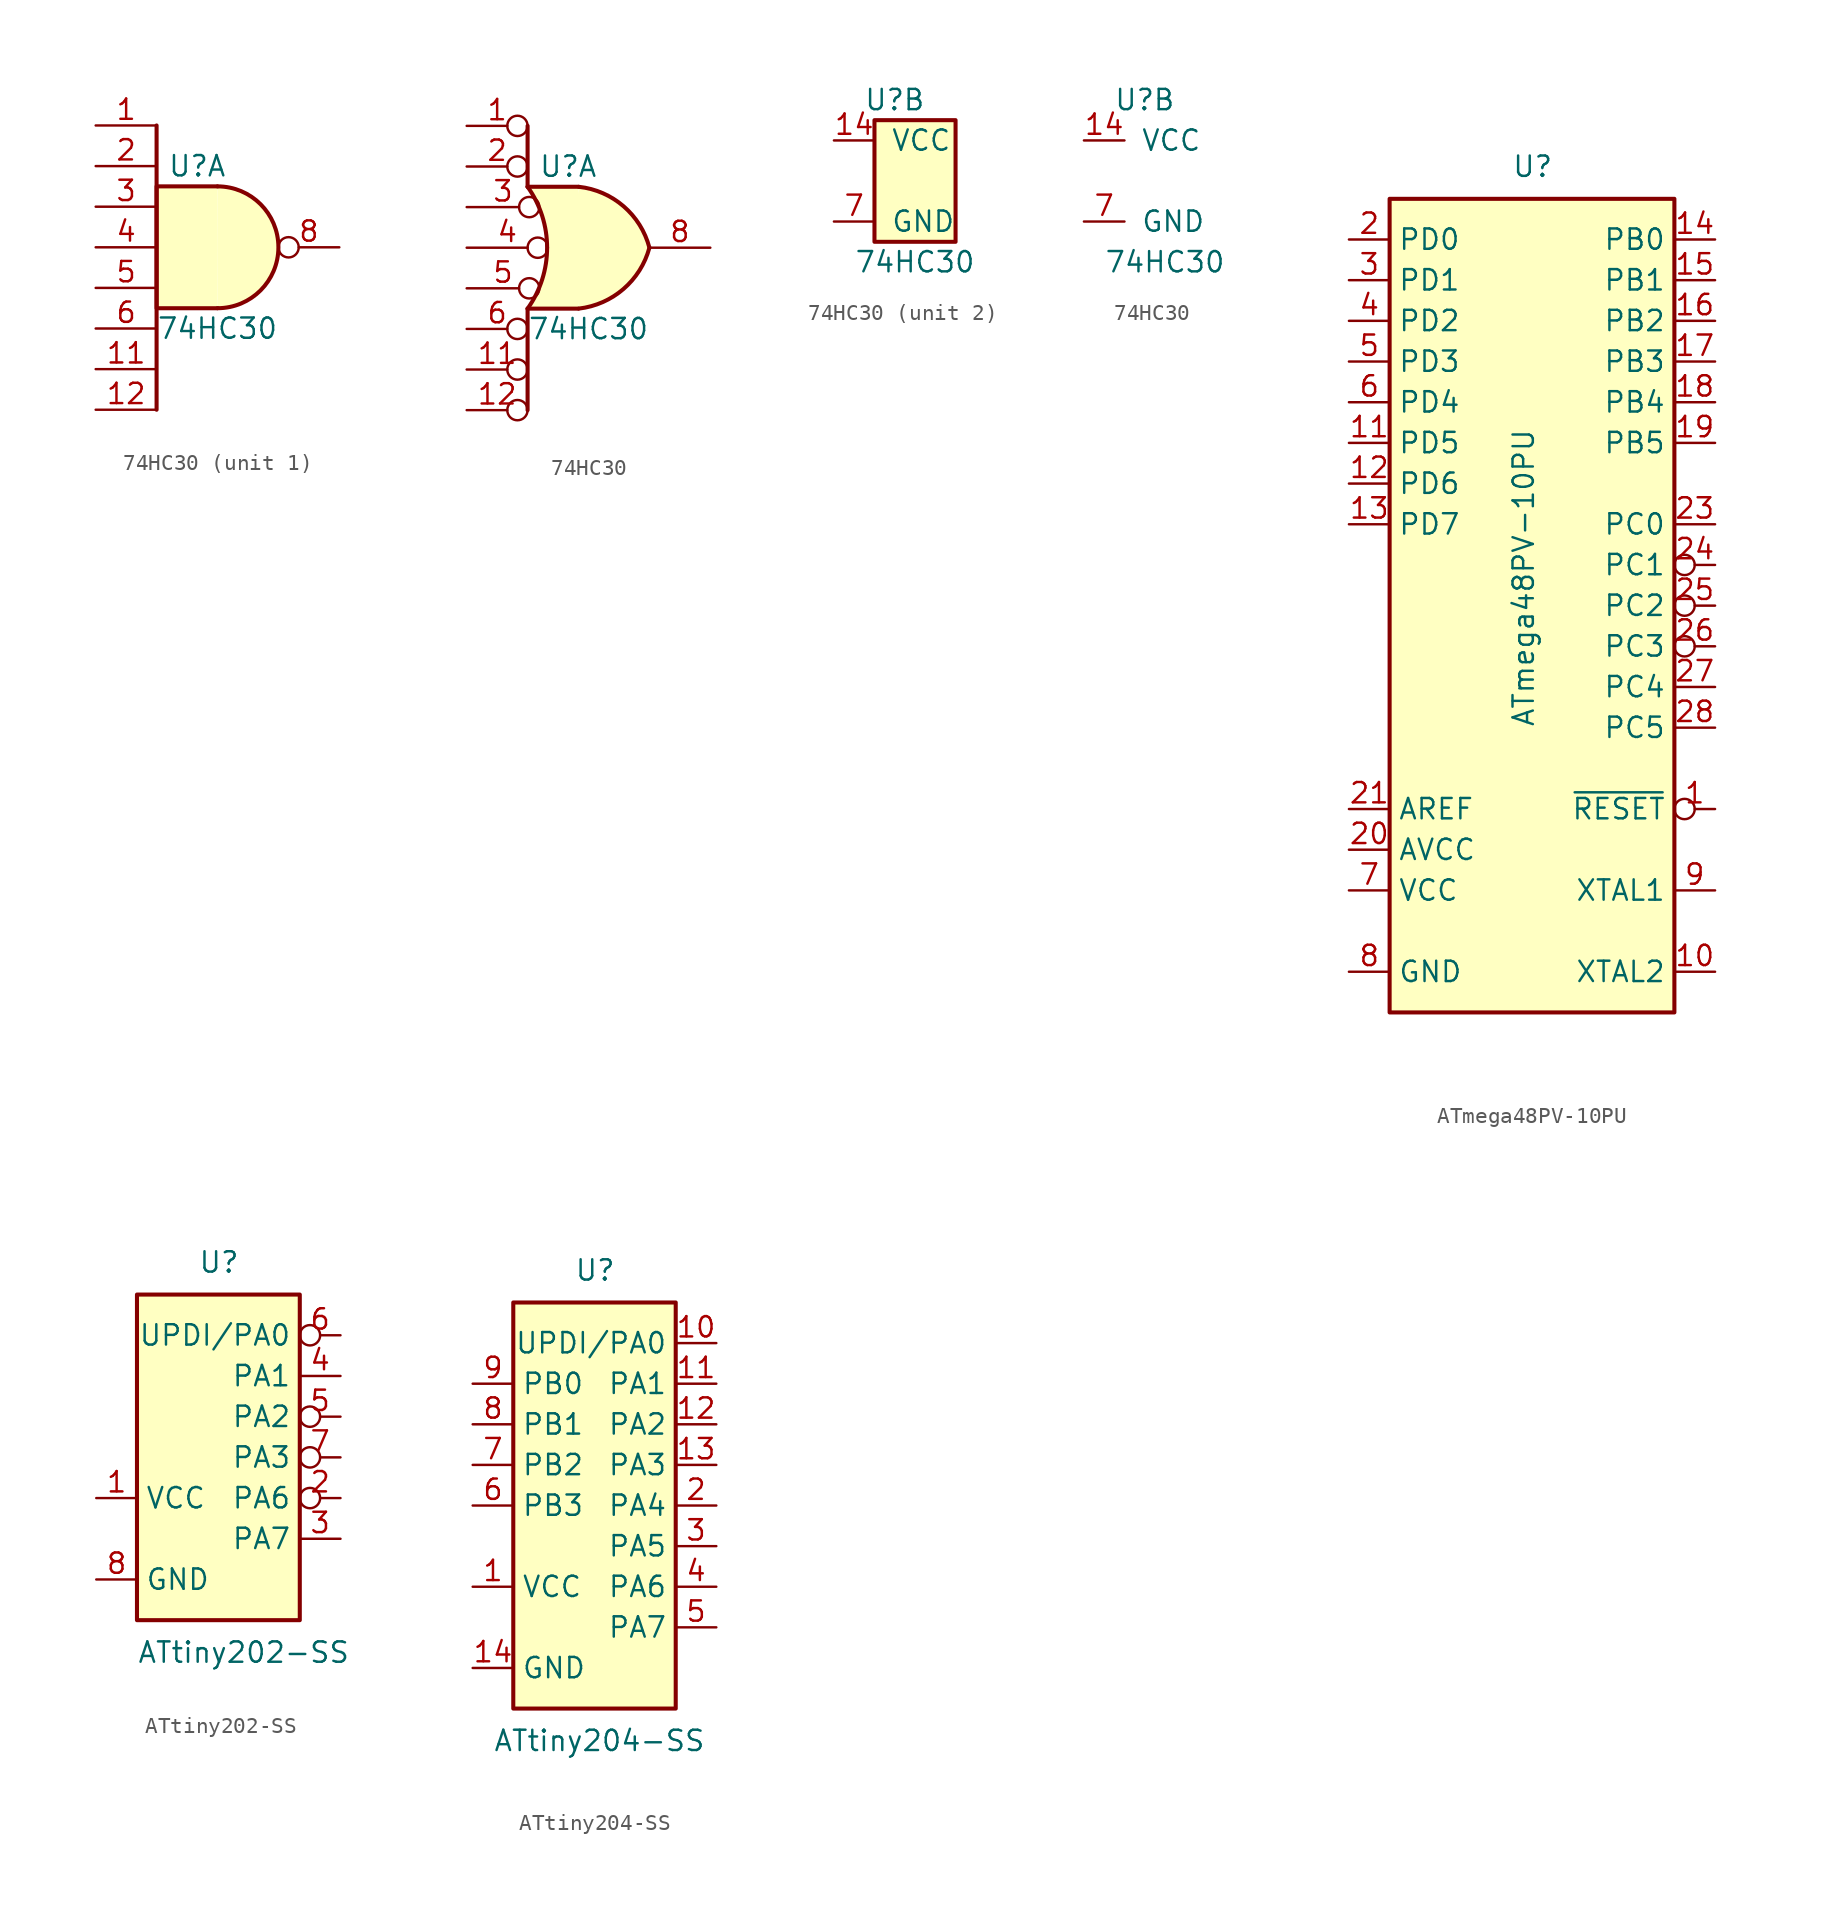
<source format=kicad_sym>
(kicad_symbol_lib
  (version 20211014)
  (generator kicad_symbol_editor)
  (symbol "74HC30"
    (pin_names
      (offset 1.016))
    (property "Reference" "U"
      (at -1.27 5.08 0)
      (effects (font (size 1.27 1.27))))
    (property "Value" "74HC30"
      (at 0 -5.08 0)
      (effects (font (size 1.27 1.27))))
    (property "ki_locked" ""
      (at 0 0 0)
      (effects (font (size 1.27 1.27))))
    (symbol "74HC30_1_1"
      (arc (start 0 -3.81) (mid 3.81 0) (end 0 3.81) (stroke (width 0.254) (type default) (color 0 0 0 0)) (fill (type background)))
      (polyline (pts (xy -3.81 7.62) (xy -3.81 -10.16)) (stroke (width 0.254) (type default) (color 0 0 0 0)) (fill (type none)))
      (polyline (pts (xy 0 3.81) (xy -3.81 3.81) (xy -3.81 -3.81) (xy 0 -3.81)) (stroke (width 0.254) (type default) (color 0 0 0 0)) (fill (type background)))
      (pin input line (at -7.62 7.62 0) (length 3.81) (name "~" (effects (font (size 1.27 1.27)))) (number "1" (effects (font (size 1.27 1.27)))))
      (pin input line (at -7.62 -7.62 0) (length 3.81) (name "~" (effects (font (size 1.27 1.27)))) (number "11" (effects (font (size 1.27 1.27)))))
      (pin input line (at -7.62 -10.16 0) (length 3.81) (name "~" (effects (font (size 1.27 1.27)))) (number "12" (effects (font (size 1.27 1.27)))))
      (pin input line (at -7.62 5.08 0) (length 3.81) (name "~" (effects (font (size 1.27 1.27)))) (number "2" (effects (font (size 1.27 1.27)))))
      (pin input line (at -7.62 2.54 0) (length 3.81) (name "~" (effects (font (size 1.27 1.27)))) (number "3" (effects (font (size 1.27 1.27)))))
      (pin input line (at -7.62 0 0) (length 3.81) (name "~" (effects (font (size 1.27 1.27)))) (number "4" (effects (font (size 1.27 1.27)))))
      (pin input line (at -7.62 -2.54 0) (length 3.81) (name "~" (effects (font (size 1.27 1.27)))) (number "5" (effects (font (size 1.27 1.27)))))
      (pin input line (at -7.62 -5.08 0) (length 3.81) (name "~" (effects (font (size 1.27 1.27)))) (number "6" (effects (font (size 1.27 1.27)))))
      (pin output inverted (at 7.62 0 180) (length 3.81) (name "~" (effects (font (size 1.27 1.27)))) (number "8" (effects (font (size 1.27 1.27))))))
    (symbol "74HC30_1_2"
      (arc (start -3.81 -3.81) (mid -2.589 0) (end -3.81 3.81) (stroke (width 0.254) (type default) (color 0 0 0 0)) (fill (type none)))
      (arc (start -0.6096 -3.81) (mid 2.1842 -2.5851) (end 3.81 0) (stroke (width 0.254) (type default) (color 0 0 0 0)) (fill (type background)))
      (polyline (pts (xy -3.81 -3.81) (xy -3.81 -10.16)) (stroke (width 0.254) (type default) (color 0 0 0 0)) (fill (type none)))
      (polyline (pts (xy -3.81 -3.81) (xy -0.635 -3.81)) (stroke (width 0.254) (type default) (color 0 0 0 0)) (fill (type background)))
      (polyline (pts (xy -3.81 3.81) (xy -0.635 3.81)) (stroke (width 0.254) (type default) (color 0 0 0 0)) (fill (type background)))
      (polyline (pts (xy -3.81 7.62) (xy -3.81 3.81)) (stroke (width 0.254) (type default) (color 0 0 0 0)) (fill (type none)))
      (polyline (pts (xy -0.635 3.81) (xy -3.81 3.81) (xy -3.81 3.81) (xy -3.556 3.404) (xy -3.023 2.261) (xy -2.692 1.041) (xy -2.616 -0.254) (xy -2.769 -1.499) (xy -3.175 -2.718) (xy -3.81 -3.81) (xy -3.81 -3.81) (xy -0.635 -3.81)) (stroke (width -25.4) (type default) (color 0 0 0 0)) (fill (type background)))
      (arc (start 3.81 0) (mid 2.1915 2.5936) (end -0.6096 3.81) (stroke (width 0.254) (type default) (color 0 0 0 0)) (fill (type background)))
      (pin input inverted (at -7.62 7.62 0) (length 3.81) (name "~" (effects (font (size 1.27 1.27)))) (number "1" (effects (font (size 1.27 1.27)))))
      (pin input inverted (at -7.62 -7.62 0) (length 3.81) (name "~" (effects (font (size 1.27 1.27)))) (number "11" (effects (font (size 1.27 1.27)))))
      (pin input inverted (at -7.62 -10.16 0) (length 3.81) (name "~" (effects (font (size 1.27 1.27)))) (number "12" (effects (font (size 1.27 1.27)))))
      (pin input inverted (at -7.62 5.08 0) (length 3.81) (name "~" (effects (font (size 1.27 1.27)))) (number "2" (effects (font (size 1.27 1.27)))))
      (pin input inverted (at -7.62 2.54 0) (length 4.547) (name "~" (effects (font (size 1.27 1.27)))) (number "3" (effects (font (size 1.27 1.27)))))
      (pin input inverted (at -7.62 0 0) (length 5.08) (name "~" (effects (font (size 1.27 1.27)))) (number "4" (effects (font (size 1.27 1.27)))))
      (pin input inverted (at -7.62 -2.54 0) (length 4.547) (name "~" (effects (font (size 1.27 1.27)))) (number "5" (effects (font (size 1.27 1.27)))))
      (pin input inverted (at -7.62 -5.08 0) (length 3.81) (name "~" (effects (font (size 1.27 1.27)))) (number "6" (effects (font (size 1.27 1.27)))))
      (pin output line (at 7.62 0 180) (length 3.81) (name "~" (effects (font (size 1.27 1.27)))) (number "8" (effects (font (size 1.27 1.27))))))
    (symbol "74HC30_2_0"
      (pin power_in line (at -5.08 2.54 0) (length 2.54) (name "VCC" (effects (font (size 1.27 1.27)))) (number "14" (effects (font (size 1.27 1.27)))))
      (pin power_in line (at -5.08 -2.54 0) (length 2.54) (name "GND" (effects (font (size 1.27 1.27)))) (number "7" (effects (font (size 1.27 1.27))))))
    (symbol "74HC30_2_1"
      (rectangle (start -2.54 3.81) (end 2.54 -3.81) (stroke (width 0.254) (type default) (color 0 0 0 0)) (fill (type background)))))
  (symbol "ATmega48PV-10PU"
    (property "Reference" "U"
      (at -1.27 26.67 0)
      (effects (font (size 1.27 1.27)) (justify left bottom)))
    (property "Value" "ATmega48PV-10PU"
      (at -1.27 -7.62 90)
      (effects (font (size 1.27 1.27)) (justify left top)))
    (symbol "ATmega48PV-10PU_0_1"
      (rectangle (start -8.89 -25.4) (end 8.89 25.4) (stroke (width 0.254) (type default) (color 0 0 0 0)) (fill (type background))))
    (symbol "ATmega48PV-10PU_1_1"
      (pin input inverted (at 11.43 -12.7 180) (length 2.54) (name "~{RESET}" (effects (font (size 1.27 1.27)))) (number "1" (effects (font (size 1.27 1.27)))))
      (pin output line (at 11.43 -22.86 180) (length 2.54) (name "XTAL2" (effects (font (size 1.27 1.27)))) (number "10" (effects (font (size 1.27 1.27)))))
      (pin input line (at -11.43 10.16 0) (length 2.54) (name "PD5" (effects (font (size 1.27 1.27)))) (number "11" (effects (font (size 1.27 1.27)))))
      (pin input line (at -11.43 7.62 0) (length 2.54) (name "PD6" (effects (font (size 1.27 1.27)))) (number "12" (effects (font (size 1.27 1.27)))))
      (pin input line (at -11.43 5.08 0) (length 2.54) (name "PD7" (effects (font (size 1.27 1.27)))) (number "13" (effects (font (size 1.27 1.27)))))
      (pin input line (at 11.43 22.86 180) (length 2.54) (name "PB0" (effects (font (size 1.27 1.27)))) (number "14" (effects (font (size 1.27 1.27)))))
      (pin input line (at 11.43 20.32 180) (length 2.54) (name "PB1" (effects (font (size 1.27 1.27)))) (number "15" (effects (font (size 1.27 1.27)))))
      (pin input line (at 11.43 17.78 180) (length 2.54) (name "PB2" (effects (font (size 1.27 1.27)))) (number "16" (effects (font (size 1.27 1.27)))))
      (pin input line (at 11.43 15.24 180) (length 2.54) (name "PB3" (effects (font (size 1.27 1.27)))) (number "17" (effects (font (size 1.27 1.27)))))
      (pin input line (at 11.43 12.7 180) (length 2.54) (name "PB4" (effects (font (size 1.27 1.27)))) (number "18" (effects (font (size 1.27 1.27)))))
      (pin input line (at 11.43 10.16 180) (length 2.54) (name "PB5" (effects (font (size 1.27 1.27)))) (number "19" (effects (font (size 1.27 1.27)))))
      (pin input line (at -11.43 22.86 0) (length 2.54) (name "PD0" (effects (font (size 1.27 1.27)))) (number "2" (effects (font (size 1.27 1.27)))))
      (pin power_in line (at -11.43 -15.24 0) (length 2.54) (name "AVCC" (effects (font (size 1.27 1.27)))) (number "20" (effects (font (size 1.27 1.27)))))
      (pin passive line (at -11.43 -12.7 0) (length 2.54) (name "AREF" (effects (font (size 1.27 1.27)))) (number "21" (effects (font (size 1.27 1.27)))))
      (pin passive line (at -11.43 -22.86 0) (length 2.54) hide (name "GND" (effects (font (size 1.27 1.27)))) (number "22" (effects (font (size 1.27 1.27)))))
      (pin output line (at 11.43 5.08 180) (length 2.54) (name "PC0" (effects (font (size 1.27 1.27)))) (number "23" (effects (font (size 1.27 1.27)))))
      (pin input inverted (at 11.43 2.54 180) (length 2.54) (name "PC1" (effects (font (size 1.27 1.27)))) (number "24" (effects (font (size 1.27 1.27)))))
      (pin input inverted (at 11.43 0 180) (length 2.54) (name "PC2" (effects (font (size 1.27 1.27)))) (number "25" (effects (font (size 1.27 1.27)))))
      (pin output inverted (at 11.43 -2.54 180) (length 2.54) (name "PC3" (effects (font (size 1.27 1.27)))) (number "26" (effects (font (size 1.27 1.27)))))
      (pin output line (at 11.43 -5.08 180) (length 2.54) (name "PC4" (effects (font (size 1.27 1.27)))) (number "27" (effects (font (size 1.27 1.27)))))
      (pin output line (at 11.43 -7.62 180) (length 2.54) (name "PC5" (effects (font (size 1.27 1.27)))) (number "28" (effects (font (size 1.27 1.27)))))
      (pin input line (at -11.43 20.32 0) (length 2.54) (name "PD1" (effects (font (size 1.27 1.27)))) (number "3" (effects (font (size 1.27 1.27)))))
      (pin input line (at -11.43 17.78 0) (length 2.54) (name "PD2" (effects (font (size 1.27 1.27)))) (number "4" (effects (font (size 1.27 1.27)))))
      (pin input line (at -11.43 15.24 0) (length 2.54) (name "PD3" (effects (font (size 1.27 1.27)))) (number "5" (effects (font (size 1.27 1.27)))))
      (pin input line (at -11.43 12.7 0) (length 2.54) (name "PD4" (effects (font (size 1.27 1.27)))) (number "6" (effects (font (size 1.27 1.27)))))
      (pin power_in line (at -11.43 -17.78 0) (length 2.54) (name "VCC" (effects (font (size 1.27 1.27)))) (number "7" (effects (font (size 1.27 1.27)))))
      (pin power_in line (at -11.43 -22.86 0) (length 2.54) (name "GND" (effects (font (size 1.27 1.27)))) (number "8" (effects (font (size 1.27 1.27)))))
      (pin input line (at 11.43 -17.78 180) (length 2.54) (name "XTAL1" (effects (font (size 1.27 1.27)))) (number "9" (effects (font (size 1.27 1.27)))))))
  (symbol "ATtiny202-SS"
    (property "Reference" "U"
      (at -1.27 11.43 0)
      (effects (font (size 1.27 1.27)) (justify left bottom)))
    (property "Value" "ATtiny202-SS"
      (at -5.08 -11.43 0)
      (effects (font (size 1.27 1.27)) (justify left top)))
    (symbol "ATtiny202-SS_0_1"
      (rectangle (start -5.08 -10.16) (end 5.08 10.16) (stroke (width 0.254) (type default) (color 0 0 0 0)) (fill (type background))))
    (symbol "ATtiny202-SS_1_1"
      (pin power_in line (at -7.62 -2.54 0) (length 2.54) (name "VCC" (effects (font (size 1.27 1.27)))) (number "1" (effects (font (size 1.27 1.27)))))
      (pin input inverted (at 7.62 -2.54 180) (length 2.54) (name "PA6" (effects (font (size 1.27 1.27)))) (number "2" (effects (font (size 1.27 1.27)))))
      (pin output line (at 7.62 -5.08 180) (length 2.54) (name "PA7" (effects (font (size 1.27 1.27)))) (number "3" (effects (font (size 1.27 1.27)))))
      (pin output line (at 7.62 5.08 180) (length 2.54) (name "PA1" (effects (font (size 1.27 1.27)))) (number "4" (effects (font (size 1.27 1.27)))))
      (pin input inverted (at 7.62 2.54 180) (length 2.54) (name "PA2" (effects (font (size 1.27 1.27)))) (number "5" (effects (font (size 1.27 1.27)))))
      (pin bidirectional inverted (at 7.62 7.62 180) (length 2.54) (name "UPDI/PA0" (effects (font (size 1.27 1.27)))) (number "6" (effects (font (size 1.27 1.27)))))
      (pin output inverted (at 7.62 0 180) (length 2.54) (name "PA3" (effects (font (size 1.27 1.27)))) (number "7" (effects (font (size 1.27 1.27)))))
      (pin power_in line (at -7.62 -7.62 0) (length 2.54) (name "GND" (effects (font (size 1.27 1.27)))) (number "8" (effects (font (size 1.27 1.27)))))))
  (symbol "ATtiny204-SS"
    (property "Reference" "U"
      (at -1.27 13.97 0)
      (effects (font (size 1.27 1.27)) (justify left bottom)))
    (property "Value" "ATtiny204-SS"
      (at -6.35 -13.97 0)
      (effects (font (size 1.27 1.27)) (justify left top)))
    (symbol "ATtiny204-SS_0_1"
      (rectangle (start -5.08 -12.7) (end 5.08 12.7) (stroke (width 0.254) (type default) (color 0 0 0 0)) (fill (type background))))
    (symbol "ATtiny204-SS_1_1"
      (pin power_in line (at -7.62 -5.08 0) (length 2.54) (name "VCC" (effects (font (size 1.27 1.27)))) (number "1" (effects (font (size 1.27 1.27)))))
      (pin bidirectional line (at 7.62 10.16 180) (length 2.54) (name "UPDI/PA0" (effects (font (size 1.27 1.27)))) (number "10" (effects (font (size 1.27 1.27)))))
      (pin output line (at 7.62 7.62 180) (length 2.54) (name "PA1" (effects (font (size 1.27 1.27)))) (number "11" (effects (font (size 1.27 1.27)))))
      (pin input line (at 7.62 5.08 180) (length 2.54) (name "PA2" (effects (font (size 1.27 1.27)))) (number "12" (effects (font (size 1.27 1.27)))))
      (pin input line (at 7.62 2.54 180) (length 2.54) (name "PA3" (effects (font (size 1.27 1.27)))) (number "13" (effects (font (size 1.27 1.27)))))
      (pin power_in line (at -7.62 -10.16 0) (length 2.54) (name "GND" (effects (font (size 1.27 1.27)))) (number "14" (effects (font (size 1.27 1.27)))))
      (pin input line (at 7.62 0 180) (length 2.54) (name "PA4" (effects (font (size 1.27 1.27)))) (number "2" (effects (font (size 1.27 1.27)))))
      (pin input line (at 7.62 -2.54 180) (length 2.54) (name "PA5" (effects (font (size 1.27 1.27)))) (number "3" (effects (font (size 1.27 1.27)))))
      (pin input line (at 7.62 -5.08 180) (length 2.54) (name "PA6" (effects (font (size 1.27 1.27)))) (number "4" (effects (font (size 1.27 1.27)))))
      (pin input line (at 7.62 -7.62 180) (length 2.54) (name "PA7" (effects (font (size 1.27 1.27)))) (number "5" (effects (font (size 1.27 1.27)))))
      (pin output line (at -7.62 0 0) (length 2.54) (name "PB3" (effects (font (size 1.27 1.27)))) (number "6" (effects (font (size 1.27 1.27)))))
      (pin output line (at -7.62 2.54 0) (length 2.54) (name "PB2" (effects (font (size 1.27 1.27)))) (number "7" (effects (font (size 1.27 1.27)))))
      (pin input line (at -7.62 5.08 0) (length 2.54) (name "PB1" (effects (font (size 1.27 1.27)))) (number "8" (effects (font (size 1.27 1.27)))))
      (pin input line (at -7.62 7.62 0) (length 2.54) (name "PB0" (effects (font (size 1.27 1.27)))) (number "9" (effects (font (size 1.27 1.27))))))))
</source>
